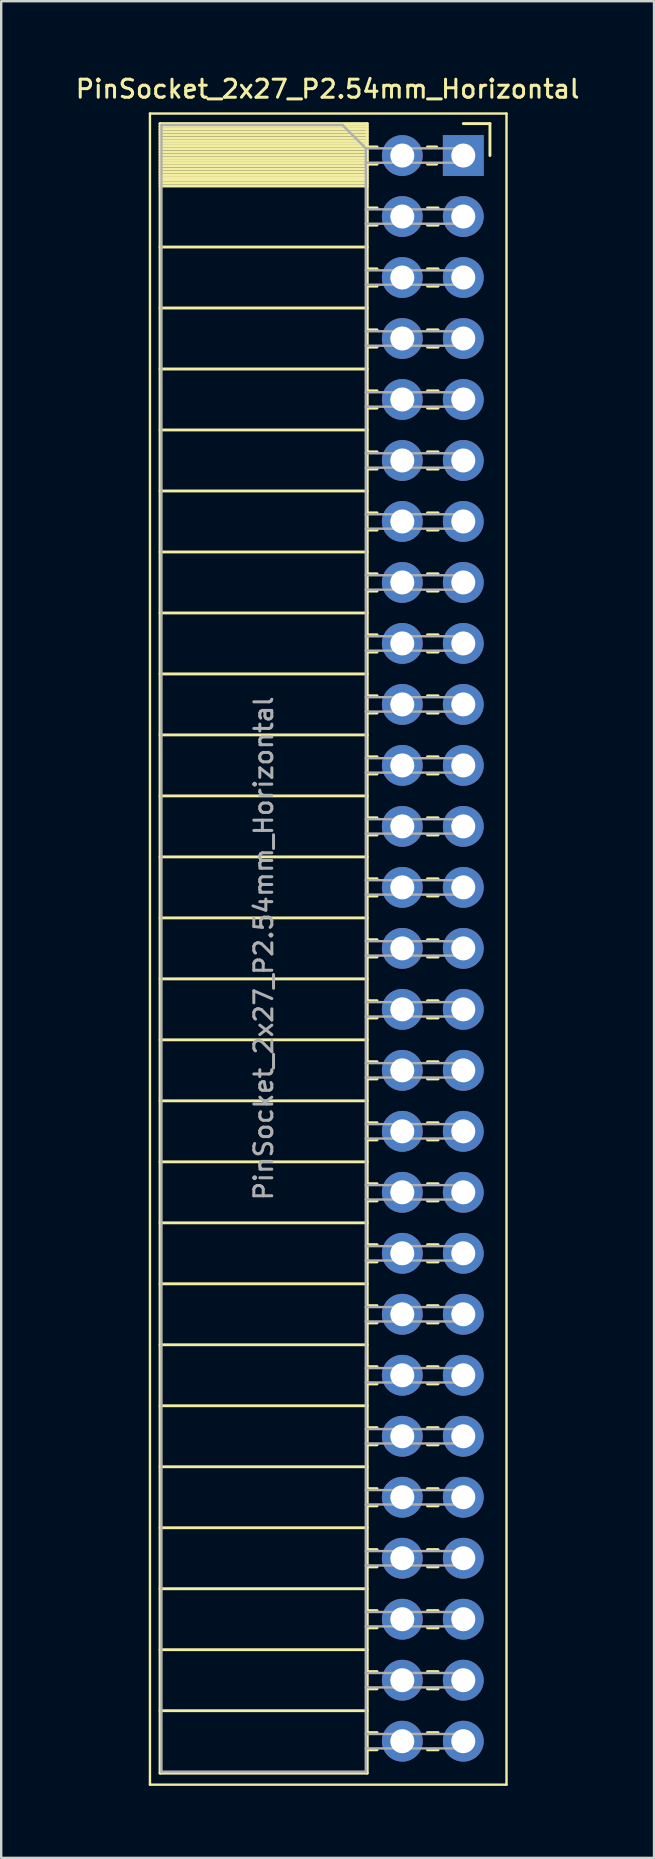
<source format=kicad_pcb>
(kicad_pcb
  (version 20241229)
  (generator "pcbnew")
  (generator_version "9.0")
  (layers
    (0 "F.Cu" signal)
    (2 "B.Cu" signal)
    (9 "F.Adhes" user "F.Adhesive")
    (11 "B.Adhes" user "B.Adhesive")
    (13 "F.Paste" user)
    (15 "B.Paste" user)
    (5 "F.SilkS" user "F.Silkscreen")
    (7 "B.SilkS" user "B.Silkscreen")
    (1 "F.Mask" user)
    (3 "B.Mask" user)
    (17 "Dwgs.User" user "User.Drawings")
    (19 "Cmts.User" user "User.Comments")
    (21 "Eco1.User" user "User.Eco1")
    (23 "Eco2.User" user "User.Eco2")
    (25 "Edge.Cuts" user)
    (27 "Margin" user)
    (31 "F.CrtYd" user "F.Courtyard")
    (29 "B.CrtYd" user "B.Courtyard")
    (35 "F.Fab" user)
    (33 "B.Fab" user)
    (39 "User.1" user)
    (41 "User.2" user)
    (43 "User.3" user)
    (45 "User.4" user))
  (footprint "PinSocket_2x27_P2.54mm_Horizontal"
    (layer "F.Cu")
    (at 16.245 3.428)
    (property "Reference" "PinSocket_2x27_P2.54mm_Horizontal" (at -5.65 -2.77 0) (layer "F.SilkS") (effects (font (size 0.75 0.75) (thickness 0.125))))
    (attr through_hole)
    (fp_line (start -13.05 -1.75) (end -13.05 67.85) (stroke (width 0.1) (type solid)) (layer "F.SilkS"))
    (fp_line (start -13.05 67.85) (end 1.8 67.85) (stroke (width 0.1) (type solid)) (layer "F.SilkS"))
    (fp_line (start -12.63 -1.33) (end -12.63 67.37) (stroke (width 0.12) (type solid)) (layer "F.SilkS"))
    (fp_line (start -12.63 -1.33) (end -4 -1.33) (stroke (width 0.12) (type solid)) (layer "F.SilkS"))
    (fp_line (start -12.63 -1.21) (end -4 -1.21) (stroke (width 0.12) (type solid)) (layer "F.SilkS"))
    (fp_line (start -12.63 -1.092) (end -4 -1.092) (stroke (width 0.12) (type solid)) (layer "F.SilkS"))
    (fp_line (start -12.63 -0.974) (end -4 -0.974) (stroke (width 0.12) (type solid)) (layer "F.SilkS"))
    (fp_line (start -12.63 -0.856) (end -4 -0.856) (stroke (width 0.12) (type solid)) (layer "F.SilkS"))
    (fp_line (start -12.63 -0.738) (end -4 -0.738) (stroke (width 0.12) (type solid)) (layer "F.SilkS"))
    (fp_line (start -12.63 -0.62) (end -4 -0.62) (stroke (width 0.12) (type solid)) (layer "F.SilkS"))
    (fp_line (start -12.63 -0.501) (end -4 -0.501) (stroke (width 0.12) (type solid)) (layer "F.SilkS"))
    (fp_line (start -12.63 -0.383) (end -4 -0.383) (stroke (width 0.12) (type solid)) (layer "F.SilkS"))
    (fp_line (start -12.63 -0.265) (end -4 -0.265) (stroke (width 0.12) (type solid)) (layer "F.SilkS"))
    (fp_line (start -12.63 -0.147) (end -4 -0.147) (stroke (width 0.12) (type solid)) (layer "F.SilkS"))
    (fp_line (start -12.63 -0.029) (end -4 -0.029) (stroke (width 0.12) (type solid)) (layer "F.SilkS"))
    (fp_line (start -12.63 0.089) (end -4 0.089) (stroke (width 0.12) (type solid)) (layer "F.SilkS"))
    (fp_line (start -12.63 0.207) (end -4 0.207) (stroke (width 0.12) (type solid)) (layer "F.SilkS"))
    (fp_line (start -12.63 0.325) (end -4 0.325) (stroke (width 0.12) (type solid)) (layer "F.SilkS"))
    (fp_line (start -12.63 0.443) (end -4 0.443) (stroke (width 0.12) (type solid)) (layer "F.SilkS"))
    (fp_line (start -12.63 0.561) (end -4 0.561) (stroke (width 0.12) (type solid)) (layer "F.SilkS"))
    (fp_line (start -12.63 0.68) (end -4 0.68) (stroke (width 0.12) (type solid)) (layer "F.SilkS"))
    (fp_line (start -12.63 0.798) (end -4 0.798) (stroke (width 0.12) (type solid)) (layer "F.SilkS"))
    (fp_line (start -12.63 0.916) (end -4 0.916) (stroke (width 0.12) (type solid)) (layer "F.SilkS"))
    (fp_line (start -12.63 1.034) (end -4 1.034) (stroke (width 0.12) (type solid)) (layer "F.SilkS"))
    (fp_line (start -12.63 1.152) (end -4 1.152) (stroke (width 0.12) (type solid)) (layer "F.SilkS"))
    (fp_line (start -12.63 1.27) (end -4 1.27) (stroke (width 0.12) (type solid)) (layer "F.SilkS"))
    (fp_line (start -12.63 3.81) (end -4 3.81) (stroke (width 0.12) (type solid)) (layer "F.SilkS"))
    (fp_line (start -12.63 6.35) (end -4 6.35) (stroke (width 0.12) (type solid)) (layer "F.SilkS"))
    (fp_line (start -12.63 8.89) (end -4 8.89) (stroke (width 0.12) (type solid)) (layer "F.SilkS"))
    (fp_line (start -12.63 11.43) (end -4 11.43) (stroke (width 0.12) (type solid)) (layer "F.SilkS"))
    (fp_line (start -12.63 13.97) (end -4 13.97) (stroke (width 0.12) (type solid)) (layer "F.SilkS"))
    (fp_line (start -12.63 16.51) (end -4 16.51) (stroke (width 0.12) (type solid)) (layer "F.SilkS"))
    (fp_line (start -12.63 19.05) (end -4 19.05) (stroke (width 0.12) (type solid)) (layer "F.SilkS"))
    (fp_line (start -12.63 21.59) (end -4 21.59) (stroke (width 0.12) (type solid)) (layer "F.SilkS"))
    (fp_line (start -12.63 24.13) (end -4 24.13) (stroke (width 0.12) (type solid)) (layer "F.SilkS"))
    (fp_line (start -12.63 26.67) (end -4 26.67) (stroke (width 0.12) (type solid)) (layer "F.SilkS"))
    (fp_line (start -12.63 29.21) (end -4 29.21) (stroke (width 0.12) (type solid)) (layer "F.SilkS"))
    (fp_line (start -12.63 31.75) (end -4 31.75) (stroke (width 0.12) (type solid)) (layer "F.SilkS"))
    (fp_line (start -12.63 34.29) (end -4 34.29) (stroke (width 0.12) (type solid)) (layer "F.SilkS"))
    (fp_line (start -12.63 36.83) (end -4 36.83) (stroke (width 0.12) (type solid)) (layer "F.SilkS"))
    (fp_line (start -12.63 39.37) (end -4 39.37) (stroke (width 0.12) (type solid)) (layer "F.SilkS"))
    (fp_line (start -12.63 41.91) (end -4 41.91) (stroke (width 0.12) (type solid)) (layer "F.SilkS"))
    (fp_line (start -12.63 44.45) (end -4 44.45) (stroke (width 0.12) (type solid)) (layer "F.SilkS"))
    (fp_line (start -12.63 46.99) (end -4 46.99) (stroke (width 0.12) (type solid)) (layer "F.SilkS"))
    (fp_line (start -12.63 49.53) (end -4 49.53) (stroke (width 0.12) (type solid)) (layer "F.SilkS"))
    (fp_line (start -12.63 52.07) (end -4 52.07) (stroke (width 0.12) (type solid)) (layer "F.SilkS"))
    (fp_line (start -12.63 54.61) (end -4 54.61) (stroke (width 0.12) (type solid)) (layer "F.SilkS"))
    (fp_line (start -12.63 57.15) (end -4 57.15) (stroke (width 0.12) (type solid)) (layer "F.SilkS"))
    (fp_line (start -12.63 59.69) (end -4 59.69) (stroke (width 0.12) (type solid)) (layer "F.SilkS"))
    (fp_line (start -12.63 62.23) (end -4 62.23) (stroke (width 0.12) (type solid)) (layer "F.SilkS"))
    (fp_line (start -12.63 64.77) (end -4 64.77) (stroke (width 0.12) (type solid)) (layer "F.SilkS"))
    (fp_line (start -12.63 67.37) (end -4 67.37) (stroke (width 0.12) (type solid)) (layer "F.SilkS"))
    (fp_line (start -4 -1.33) (end -4 67.37) (stroke (width 0.12) (type solid)) (layer "F.SilkS"))
    (fp_line (start -4 -0.36) (end -3.59 -0.36) (stroke (width 0.12) (type solid)) (layer "F.SilkS"))
    (fp_line (start -4 0.36) (end -3.59 0.36) (stroke (width 0.12) (type solid)) (layer "F.SilkS"))
    (fp_line (start -4 2.18) (end -3.59 2.18) (stroke (width 0.12) (type solid)) (layer "F.SilkS"))
    (fp_line (start -4 2.9) (end -3.59 2.9) (stroke (width 0.12) (type solid)) (layer "F.SilkS"))
    (fp_line (start -4 4.72) (end -3.59 4.72) (stroke (width 0.12) (type solid)) (layer "F.SilkS"))
    (fp_line (start -4 5.44) (end -3.59 5.44) (stroke (width 0.12) (type solid)) (layer "F.SilkS"))
    (fp_line (start -4 7.26) (end -3.59 7.26) (stroke (width 0.12) (type solid)) (layer "F.SilkS"))
    (fp_line (start -4 7.98) (end -3.59 7.98) (stroke (width 0.12) (type solid)) (layer "F.SilkS"))
    (fp_line (start -4 9.8) (end -3.59 9.8) (stroke (width 0.12) (type solid)) (layer "F.SilkS"))
    (fp_line (start -4 10.52) (end -3.59 10.52) (stroke (width 0.12) (type solid)) (layer "F.SilkS"))
    (fp_line (start -4 12.34) (end -3.59 12.34) (stroke (width 0.12) (type solid)) (layer "F.SilkS"))
    (fp_line (start -4 13.06) (end -3.59 13.06) (stroke (width 0.12) (type solid)) (layer "F.SilkS"))
    (fp_line (start -4 14.88) (end -3.59 14.88) (stroke (width 0.12) (type solid)) (layer "F.SilkS"))
    (fp_line (start -4 15.6) (end -3.59 15.6) (stroke (width 0.12) (type solid)) (layer "F.SilkS"))
    (fp_line (start -4 17.42) (end -3.59 17.42) (stroke (width 0.12) (type solid)) (layer "F.SilkS"))
    (fp_line (start -4 18.14) (end -3.59 18.14) (stroke (width 0.12) (type solid)) (layer "F.SilkS"))
    (fp_line (start -4 19.96) (end -3.59 19.96) (stroke (width 0.12) (type solid)) (layer "F.SilkS"))
    (fp_line (start -4 20.68) (end -3.59 20.68) (stroke (width 0.12) (type solid)) (layer "F.SilkS"))
    (fp_line (start -4 22.5) (end -3.59 22.5) (stroke (width 0.12) (type solid)) (layer "F.SilkS"))
    (fp_line (start -4 23.22) (end -3.59 23.22) (stroke (width 0.12) (type solid)) (layer "F.SilkS"))
    (fp_line (start -4 25.04) (end -3.59 25.04) (stroke (width 0.12) (type solid)) (layer "F.SilkS"))
    (fp_line (start -4 25.76) (end -3.59 25.76) (stroke (width 0.12) (type solid)) (layer "F.SilkS"))
    (fp_line (start -4 27.58) (end -3.59 27.58) (stroke (width 0.12) (type solid)) (layer "F.SilkS"))
    (fp_line (start -4 28.3) (end -3.59 28.3) (stroke (width 0.12) (type solid)) (layer "F.SilkS"))
    (fp_line (start -4 30.12) (end -3.59 30.12) (stroke (width 0.12) (type solid)) (layer "F.SilkS"))
    (fp_line (start -4 30.84) (end -3.59 30.84) (stroke (width 0.12) (type solid)) (layer "F.SilkS"))
    (fp_line (start -4 32.66) (end -3.59 32.66) (stroke (width 0.12) (type solid)) (layer "F.SilkS"))
    (fp_line (start -4 33.38) (end -3.59 33.38) (stroke (width 0.12) (type solid)) (layer "F.SilkS"))
    (fp_line (start -4 35.2) (end -3.59 35.2) (stroke (width 0.12) (type solid)) (layer "F.SilkS"))
    (fp_line (start -4 35.92) (end -3.59 35.92) (stroke (width 0.12) (type solid)) (layer "F.SilkS"))
    (fp_line (start -4 37.74) (end -3.59 37.74) (stroke (width 0.12) (type solid)) (layer "F.SilkS"))
    (fp_line (start -4 38.46) (end -3.59 38.46) (stroke (width 0.12) (type solid)) (layer "F.SilkS"))
    (fp_line (start -4 40.28) (end -3.59 40.28) (stroke (width 0.12) (type solid)) (layer "F.SilkS"))
    (fp_line (start -4 41) (end -3.59 41) (stroke (width 0.12) (type solid)) (layer "F.SilkS"))
    (fp_line (start -4 42.82) (end -3.59 42.82) (stroke (width 0.12) (type solid)) (layer "F.SilkS"))
    (fp_line (start -4 43.54) (end -3.59 43.54) (stroke (width 0.12) (type solid)) (layer "F.SilkS"))
    (fp_line (start -4 45.36) (end -3.59 45.36) (stroke (width 0.12) (type solid)) (layer "F.SilkS"))
    (fp_line (start -4 46.08) (end -3.59 46.08) (stroke (width 0.12) (type solid)) (layer "F.SilkS"))
    (fp_line (start -4 47.9) (end -3.59 47.9) (stroke (width 0.12) (type solid)) (layer "F.SilkS"))
    (fp_line (start -4 48.62) (end -3.59 48.62) (stroke (width 0.12) (type solid)) (layer "F.SilkS"))
    (fp_line (start -4 50.44) (end -3.59 50.44) (stroke (width 0.12) (type solid)) (layer "F.SilkS"))
    (fp_line (start -4 51.16) (end -3.59 51.16) (stroke (width 0.12) (type solid)) (layer "F.SilkS"))
    (fp_line (start -4 52.98) (end -3.59 52.98) (stroke (width 0.12) (type solid)) (layer "F.SilkS"))
    (fp_line (start -4 53.7) (end -3.59 53.7) (stroke (width 0.12) (type solid)) (layer "F.SilkS"))
    (fp_line (start -4 55.52) (end -3.59 55.52) (stroke (width 0.12) (type solid)) (layer "F.SilkS"))
    (fp_line (start -4 56.24) (end -3.59 56.24) (stroke (width 0.12) (type solid)) (layer "F.SilkS"))
    (fp_line (start -4 58.06) (end -3.59 58.06) (stroke (width 0.12) (type solid)) (layer "F.SilkS"))
    (fp_line (start -4 58.78) (end -3.59 58.78) (stroke (width 0.12) (type solid)) (layer "F.SilkS"))
    (fp_line (start -4 60.6) (end -3.59 60.6) (stroke (width 0.12) (type solid)) (layer "F.SilkS"))
    (fp_line (start -4 61.32) (end -3.59 61.32) (stroke (width 0.12) (type solid)) (layer "F.SilkS"))
    (fp_line (start -4 63.14) (end -3.59 63.14) (stroke (width 0.12) (type solid)) (layer "F.SilkS"))
    (fp_line (start -4 63.86) (end -3.59 63.86) (stroke (width 0.12) (type solid)) (layer "F.SilkS"))
    (fp_line (start -4 65.68) (end -3.59 65.68) (stroke (width 0.12) (type solid)) (layer "F.SilkS"))
    (fp_line (start -4 66.4) (end -3.59 66.4) (stroke (width 0.12) (type solid)) (layer "F.SilkS"))
    (fp_line (start -1.49 -0.36) (end -1.11 -0.36) (stroke (width 0.12) (type solid)) (layer "F.SilkS"))
    (fp_line (start -1.49 0.36) (end -1.11 0.36) (stroke (width 0.12) (type solid)) (layer "F.SilkS"))
    (fp_line (start -1.49 2.18) (end -1.05 2.18) (stroke (width 0.12) (type solid)) (layer "F.SilkS"))
    (fp_line (start -1.49 2.9) (end -1.05 2.9) (stroke (width 0.12) (type solid)) (layer "F.SilkS"))
    (fp_line (start -1.49 4.72) (end -1.05 4.72) (stroke (width 0.12) (type solid)) (layer "F.SilkS"))
    (fp_line (start -1.49 5.44) (end -1.05 5.44) (stroke (width 0.12) (type solid)) (layer "F.SilkS"))
    (fp_line (start -1.49 7.26) (end -1.05 7.26) (stroke (width 0.12) (type solid)) (layer "F.SilkS"))
    (fp_line (start -1.49 7.98) (end -1.05 7.98) (stroke (width 0.12) (type solid)) (layer "F.SilkS"))
    (fp_line (start -1.49 9.8) (end -1.05 9.8) (stroke (width 0.12) (type solid)) (layer "F.SilkS"))
    (fp_line (start -1.49 10.52) (end -1.05 10.52) (stroke (width 0.12) (type solid)) (layer "F.SilkS"))
    (fp_line (start -1.49 12.34) (end -1.05 12.34) (stroke (width 0.12) (type solid)) (layer "F.SilkS"))
    (fp_line (start -1.49 13.06) (end -1.05 13.06) (stroke (width 0.12) (type solid)) (layer "F.SilkS"))
    (fp_line (start -1.49 14.88) (end -1.05 14.88) (stroke (width 0.12) (type solid)) (layer "F.SilkS"))
    (fp_line (start -1.49 15.6) (end -1.05 15.6) (stroke (width 0.12) (type solid)) (layer "F.SilkS"))
    (fp_line (start -1.49 17.42) (end -1.05 17.42) (stroke (width 0.12) (type solid)) (layer "F.SilkS"))
    (fp_line (start -1.49 18.14) (end -1.05 18.14) (stroke (width 0.12) (type solid)) (layer "F.SilkS"))
    (fp_line (start -1.49 19.96) (end -1.05 19.96) (stroke (width 0.12) (type solid)) (layer "F.SilkS"))
    (fp_line (start -1.49 20.68) (end -1.05 20.68) (stroke (width 0.12) (type solid)) (layer "F.SilkS"))
    (fp_line (start -1.49 22.5) (end -1.05 22.5) (stroke (width 0.12) (type solid)) (layer "F.SilkS"))
    (fp_line (start -1.49 23.22) (end -1.05 23.22) (stroke (width 0.12) (type solid)) (layer "F.SilkS"))
    (fp_line (start -1.49 25.04) (end -1.05 25.04) (stroke (width 0.12) (type solid)) (layer "F.SilkS"))
    (fp_line (start -1.49 25.76) (end -1.05 25.76) (stroke (width 0.12) (type solid)) (layer "F.SilkS"))
    (fp_line (start -1.49 27.58) (end -1.05 27.58) (stroke (width 0.12) (type solid)) (layer "F.SilkS"))
    (fp_line (start -1.49 28.3) (end -1.05 28.3) (stroke (width 0.12) (type solid)) (layer "F.SilkS"))
    (fp_line (start -1.49 30.12) (end -1.05 30.12) (stroke (width 0.12) (type solid)) (layer "F.SilkS"))
    (fp_line (start -1.49 30.84) (end -1.05 30.84) (stroke (width 0.12) (type solid)) (layer "F.SilkS"))
    (fp_line (start -1.49 32.66) (end -1.05 32.66) (stroke (width 0.12) (type solid)) (layer "F.SilkS"))
    (fp_line (start -1.49 33.38) (end -1.05 33.38) (stroke (width 0.12) (type solid)) (layer "F.SilkS"))
    (fp_line (start -1.49 35.2) (end -1.05 35.2) (stroke (width 0.12) (type solid)) (layer "F.SilkS"))
    (fp_line (start -1.49 35.92) (end -1.05 35.92) (stroke (width 0.12) (type solid)) (layer "F.SilkS"))
    (fp_line (start -1.49 37.74) (end -1.05 37.74) (stroke (width 0.12) (type solid)) (layer "F.SilkS"))
    (fp_line (start -1.49 38.46) (end -1.05 38.46) (stroke (width 0.12) (type solid)) (layer "F.SilkS"))
    (fp_line (start -1.49 40.28) (end -1.05 40.28) (stroke (width 0.12) (type solid)) (layer "F.SilkS"))
    (fp_line (start -1.49 41) (end -1.05 41) (stroke (width 0.12) (type solid)) (layer "F.SilkS"))
    (fp_line (start -1.49 42.82) (end -1.05 42.82) (stroke (width 0.12) (type solid)) (layer "F.SilkS"))
    (fp_line (start -1.49 43.54) (end -1.05 43.54) (stroke (width 0.12) (type solid)) (layer "F.SilkS"))
    (fp_line (start -1.49 45.36) (end -1.05 45.36) (stroke (width 0.12) (type solid)) (layer "F.SilkS"))
    (fp_line (start -1.49 46.08) (end -1.05 46.08) (stroke (width 0.12) (type solid)) (layer "F.SilkS"))
    (fp_line (start -1.49 47.9) (end -1.05 47.9) (stroke (width 0.12) (type solid)) (layer "F.SilkS"))
    (fp_line (start -1.49 48.62) (end -1.05 48.62) (stroke (width 0.12) (type solid)) (layer "F.SilkS"))
    (fp_line (start -1.49 50.44) (end -1.05 50.44) (stroke (width 0.12) (type solid)) (layer "F.SilkS"))
    (fp_line (start -1.49 51.16) (end -1.05 51.16) (stroke (width 0.12) (type solid)) (layer "F.SilkS"))
    (fp_line (start -1.49 52.98) (end -1.05 52.98) (stroke (width 0.12) (type solid)) (layer "F.SilkS"))
    (fp_line (start -1.49 53.7) (end -1.05 53.7) (stroke (width 0.12) (type solid)) (layer "F.SilkS"))
    (fp_line (start -1.49 55.52) (end -1.05 55.52) (stroke (width 0.12) (type solid)) (layer "F.SilkS"))
    (fp_line (start -1.49 56.24) (end -1.05 56.24) (stroke (width 0.12) (type solid)) (layer "F.SilkS"))
    (fp_line (start -1.49 58.06) (end -1.05 58.06) (stroke (width 0.12) (type solid)) (layer "F.SilkS"))
    (fp_line (start -1.49 58.78) (end -1.05 58.78) (stroke (width 0.12) (type solid)) (layer "F.SilkS"))
    (fp_line (start -1.49 60.6) (end -1.05 60.6) (stroke (width 0.12) (type solid)) (layer "F.SilkS"))
    (fp_line (start -1.49 61.32) (end -1.05 61.32) (stroke (width 0.12) (type solid)) (layer "F.SilkS"))
    (fp_line (start -1.49 63.14) (end -1.05 63.14) (stroke (width 0.12) (type solid)) (layer "F.SilkS"))
    (fp_line (start -1.49 63.86) (end -1.05 63.86) (stroke (width 0.12) (type solid)) (layer "F.SilkS"))
    (fp_line (start -1.49 65.68) (end -1.05 65.68) (stroke (width 0.12) (type solid)) (layer "F.SilkS"))
    (fp_line (start -1.49 66.4) (end -1.05 66.4) (stroke (width 0.12) (type solid)) (layer "F.SilkS"))
    (fp_line (start 0 -1.33) (end 1.11 -1.33) (stroke (width 0.12) (type solid)) (layer "F.SilkS"))
    (fp_line (start 1.11 -1.33) (end 1.11 0) (stroke (width 0.12) (type solid)) (layer "F.SilkS"))
    (fp_line (start 1.8 -1.75) (end -13.05 -1.75) (stroke (width 0.1) (type solid)) (layer "F.SilkS"))
    (fp_line (start 1.8 67.85) (end 1.8 -1.75) (stroke (width 0.1) (type solid)) (layer "F.SilkS"))
    (fp_line (start -12.57 -1.27) (end -5.03 -1.27) (stroke (width 0.1) (type solid)) (layer "F.Fab"))
    (fp_line (start -12.57 67.31) (end -12.57 -1.27) (stroke (width 0.1) (type solid)) (layer "F.Fab"))
    (fp_line (start -5.03 -1.27) (end -4.06 -0.3) (stroke (width 0.1) (type solid)) (layer "F.Fab"))
    (fp_line (start -4.06 -0.3) (end -4.06 67.31) (stroke (width 0.1) (type solid)) (layer "F.Fab"))
    (fp_line (start -4.06 0.3) (end 0 0.3) (stroke (width 0.1) (type solid)) (layer "F.Fab"))
    (fp_line (start -4.06 2.84) (end 0 2.84) (stroke (width 0.1) (type solid)) (layer "F.Fab"))
    (fp_line (start -4.06 5.38) (end 0 5.38) (stroke (width 0.1) (type solid)) (layer "F.Fab"))
    (fp_line (start -4.06 7.92) (end 0 7.92) (stroke (width 0.1) (type solid)) (layer "F.Fab"))
    (fp_line (start -4.06 10.46) (end 0 10.46) (stroke (width 0.1) (type solid)) (layer "F.Fab"))
    (fp_line (start -4.06 13) (end 0 13) (stroke (width 0.1) (type solid)) (layer "F.Fab"))
    (fp_line (start -4.06 15.54) (end 0 15.54) (stroke (width 0.1) (type solid)) (layer "F.Fab"))
    (fp_line (start -4.06 18.08) (end 0 18.08) (stroke (width 0.1) (type solid)) (layer "F.Fab"))
    (fp_line (start -4.06 20.62) (end 0 20.62) (stroke (width 0.1) (type solid)) (layer "F.Fab"))
    (fp_line (start -4.06 23.16) (end 0 23.16) (stroke (width 0.1) (type solid)) (layer "F.Fab"))
    (fp_line (start -4.06 25.7) (end 0 25.7) (stroke (width 0.1) (type solid)) (layer "F.Fab"))
    (fp_line (start -4.06 28.24) (end 0 28.24) (stroke (width 0.1) (type solid)) (layer "F.Fab"))
    (fp_line (start -4.06 30.78) (end 0 30.78) (stroke (width 0.1) (type solid)) (layer "F.Fab"))
    (fp_line (start -4.06 33.32) (end 0 33.32) (stroke (width 0.1) (type solid)) (layer "F.Fab"))
    (fp_line (start -4.06 35.86) (end 0 35.86) (stroke (width 0.1) (type solid)) (layer "F.Fab"))
    (fp_line (start -4.06 38.4) (end 0 38.4) (stroke (width 0.1) (type solid)) (layer "F.Fab"))
    (fp_line (start -4.06 40.94) (end 0 40.94) (stroke (width 0.1) (type solid)) (layer "F.Fab"))
    (fp_line (start -4.06 43.48) (end 0 43.48) (stroke (width 0.1) (type solid)) (layer "F.Fab"))
    (fp_line (start -4.06 46.02) (end 0 46.02) (stroke (width 0.1) (type solid)) (layer "F.Fab"))
    (fp_line (start -4.06 48.56) (end 0 48.56) (stroke (width 0.1) (type solid)) (layer "F.Fab"))
    (fp_line (start -4.06 51.1) (end 0 51.1) (stroke (width 0.1) (type solid)) (layer "F.Fab"))
    (fp_line (start -4.06 53.64) (end 0 53.64) (stroke (width 0.1) (type solid)) (layer "F.Fab"))
    (fp_line (start -4.06 56.18) (end 0 56.18) (stroke (width 0.1) (type solid)) (layer "F.Fab"))
    (fp_line (start -4.06 58.72) (end 0 58.72) (stroke (width 0.1) (type solid)) (layer "F.Fab"))
    (fp_line (start -4.06 61.26) (end 0 61.26) (stroke (width 0.1) (type solid)) (layer "F.Fab"))
    (fp_line (start -4.06 63.8) (end 0 63.8) (stroke (width 0.1) (type solid)) (layer "F.Fab"))
    (fp_line (start -4.06 66.34) (end 0 66.34) (stroke (width 0.1) (type solid)) (layer "F.Fab"))
    (fp_line (start -4.06 67.31) (end -12.57 67.31) (stroke (width 0.1) (type solid)) (layer "F.Fab"))
    (fp_line (start 0 -0.3) (end -4.06 -0.3) (stroke (width 0.1) (type solid)) (layer "F.Fab"))
    (fp_line (start 0 0.3) (end 0 -0.3) (stroke (width 0.1) (type solid)) (layer "F.Fab"))
    (fp_line (start 0 2.24) (end -4.06 2.24) (stroke (width 0.1) (type solid)) (layer "F.Fab"))
    (fp_line (start 0 2.84) (end 0 2.24) (stroke (width 0.1) (type solid)) (layer "F.Fab"))
    (fp_line (start 0 4.78) (end -4.06 4.78) (stroke (width 0.1) (type solid)) (layer "F.Fab"))
    (fp_line (start 0 5.38) (end 0 4.78) (stroke (width 0.1) (type solid)) (layer "F.Fab"))
    (fp_line (start 0 7.32) (end -4.06 7.32) (stroke (width 0.1) (type solid)) (layer "F.Fab"))
    (fp_line (start 0 7.92) (end 0 7.32) (stroke (width 0.1) (type solid)) (layer "F.Fab"))
    (fp_line (start 0 9.86) (end -4.06 9.86) (stroke (width 0.1) (type solid)) (layer "F.Fab"))
    (fp_line (start 0 10.46) (end 0 9.86) (stroke (width 0.1) (type solid)) (layer "F.Fab"))
    (fp_line (start 0 12.4) (end -4.06 12.4) (stroke (width 0.1) (type solid)) (layer "F.Fab"))
    (fp_line (start 0 13) (end 0 12.4) (stroke (width 0.1) (type solid)) (layer "F.Fab"))
    (fp_line (start 0 14.94) (end -4.06 14.94) (stroke (width 0.1) (type solid)) (layer "F.Fab"))
    (fp_line (start 0 15.54) (end 0 14.94) (stroke (width 0.1) (type solid)) (layer "F.Fab"))
    (fp_line (start 0 17.48) (end -4.06 17.48) (stroke (width 0.1) (type solid)) (layer "F.Fab"))
    (fp_line (start 0 18.08) (end 0 17.48) (stroke (width 0.1) (type solid)) (layer "F.Fab"))
    (fp_line (start 0 20.02) (end -4.06 20.02) (stroke (width 0.1) (type solid)) (layer "F.Fab"))
    (fp_line (start 0 20.62) (end 0 20.02) (stroke (width 0.1) (type solid)) (layer "F.Fab"))
    (fp_line (start 0 22.56) (end -4.06 22.56) (stroke (width 0.1) (type solid)) (layer "F.Fab"))
    (fp_line (start 0 23.16) (end 0 22.56) (stroke (width 0.1) (type solid)) (layer "F.Fab"))
    (fp_line (start 0 25.1) (end -4.06 25.1) (stroke (width 0.1) (type solid)) (layer "F.Fab"))
    (fp_line (start 0 25.7) (end 0 25.1) (stroke (width 0.1) (type solid)) (layer "F.Fab"))
    (fp_line (start 0 27.64) (end -4.06 27.64) (stroke (width 0.1) (type solid)) (layer "F.Fab"))
    (fp_line (start 0 28.24) (end 0 27.64) (stroke (width 0.1) (type solid)) (layer "F.Fab"))
    (fp_line (start 0 30.18) (end -4.06 30.18) (stroke (width 0.1) (type solid)) (layer "F.Fab"))
    (fp_line (start 0 30.78) (end 0 30.18) (stroke (width 0.1) (type solid)) (layer "F.Fab"))
    (fp_line (start 0 32.72) (end -4.06 32.72) (stroke (width 0.1) (type solid)) (layer "F.Fab"))
    (fp_line (start 0 33.32) (end 0 32.72) (stroke (width 0.1) (type solid)) (layer "F.Fab"))
    (fp_line (start 0 35.26) (end -4.06 35.26) (stroke (width 0.1) (type solid)) (layer "F.Fab"))
    (fp_line (start 0 35.86) (end 0 35.26) (stroke (width 0.1) (type solid)) (layer "F.Fab"))
    (fp_line (start 0 37.8) (end -4.06 37.8) (stroke (width 0.1) (type solid)) (layer "F.Fab"))
    (fp_line (start 0 38.4) (end 0 37.8) (stroke (width 0.1) (type solid)) (layer "F.Fab"))
    (fp_line (start 0 40.34) (end -4.06 40.34) (stroke (width 0.1) (type solid)) (layer "F.Fab"))
    (fp_line (start 0 40.94) (end 0 40.34) (stroke (width 0.1) (type solid)) (layer "F.Fab"))
    (fp_line (start 0 42.88) (end -4.06 42.88) (stroke (width 0.1) (type solid)) (layer "F.Fab"))
    (fp_line (start 0 43.48) (end 0 42.88) (stroke (width 0.1) (type solid)) (layer "F.Fab"))
    (fp_line (start 0 45.42) (end -4.06 45.42) (stroke (width 0.1) (type solid)) (layer "F.Fab"))
    (fp_line (start 0 46.02) (end 0 45.42) (stroke (width 0.1) (type solid)) (layer "F.Fab"))
    (fp_line (start 0 47.96) (end -4.06 47.96) (stroke (width 0.1) (type solid)) (layer "F.Fab"))
    (fp_line (start 0 48.56) (end 0 47.96) (stroke (width 0.1) (type solid)) (layer "F.Fab"))
    (fp_line (start 0 50.5) (end -4.06 50.5) (stroke (width 0.1) (type solid)) (layer "F.Fab"))
    (fp_line (start 0 51.1) (end 0 50.5) (stroke (width 0.1) (type solid)) (layer "F.Fab"))
    (fp_line (start 0 53.04) (end -4.06 53.04) (stroke (width 0.1) (type solid)) (layer "F.Fab"))
    (fp_line (start 0 53.64) (end 0 53.04) (stroke (width 0.1) (type solid)) (layer "F.Fab"))
    (fp_line (start 0 55.58) (end -4.06 55.58) (stroke (width 0.1) (type solid)) (layer "F.Fab"))
    (fp_line (start 0 56.18) (end 0 55.58) (stroke (width 0.1) (type solid)) (layer "F.Fab"))
    (fp_line (start 0 58.12) (end -4.06 58.12) (stroke (width 0.1) (type solid)) (layer "F.Fab"))
    (fp_line (start 0 58.72) (end 0 58.12) (stroke (width 0.1) (type solid)) (layer "F.Fab"))
    (fp_line (start 0 60.66) (end -4.06 60.66) (stroke (width 0.1) (type solid)) (layer "F.Fab"))
    (fp_line (start 0 61.26) (end 0 60.66) (stroke (width 0.1) (type solid)) (layer "F.Fab"))
    (fp_line (start 0 63.2) (end -4.06 63.2) (stroke (width 0.1) (type solid)) (layer "F.Fab"))
    (fp_line (start 0 63.8) (end 0 63.2) (stroke (width 0.1) (type solid)) (layer "F.Fab"))
    (fp_line (start 0 65.74) (end -4.06 65.74) (stroke (width 0.1) (type solid)) (layer "F.Fab"))
    (fp_line (start 0 66.34) (end 0 65.74) (stroke (width 0.1) (type solid)) (layer "F.Fab"))
    (fp_text user "${REFERENCE}" (at -8.315 33.02 90) (layer "F.Fab") (effects (font (size 0.75 0.75) (thickness 0.125))))
    (pad "1" thru_hole rect (at 0 0) (size 1.7 1.7) (drill 1) (layers "*.Cu" "*.Mask"))
    (pad "2" thru_hole oval (at -2.54 0) (size 1.7 1.7) (drill 1) (layers "*.Cu" "*.Mask"))
    (pad "3" thru_hole oval (at 0 2.54) (size 1.7 1.7) (drill 1) (layers "*.Cu" "*.Mask"))
    (pad "4" thru_hole oval (at -2.54 2.54) (size 1.7 1.7) (drill 1) (layers "*.Cu" "*.Mask"))
    (pad "5" thru_hole oval (at 0 5.08) (size 1.7 1.7) (drill 1) (layers "*.Cu" "*.Mask"))
    (pad "6" thru_hole oval (at -2.54 5.08) (size 1.7 1.7) (drill 1) (layers "*.Cu" "*.Mask"))
    (pad "7" thru_hole oval (at 0 7.62) (size 1.7 1.7) (drill 1) (layers "*.Cu" "*.Mask"))
    (pad "8" thru_hole oval (at -2.54 7.62) (size 1.7 1.7) (drill 1) (layers "*.Cu" "*.Mask"))
    (pad "9" thru_hole oval (at 0 10.16) (size 1.7 1.7) (drill 1) (layers "*.Cu" "*.Mask"))
    (pad "10" thru_hole oval (at -2.54 10.16) (size 1.7 1.7) (drill 1) (layers "*.Cu" "*.Mask"))
    (pad "11" thru_hole oval (at 0 12.7) (size 1.7 1.7) (drill 1) (layers "*.Cu" "*.Mask"))
    (pad "12" thru_hole oval (at -2.54 12.7) (size 1.7 1.7) (drill 1) (layers "*.Cu" "*.Mask"))
    (pad "13" thru_hole oval (at 0 15.24) (size 1.7 1.7) (drill 1) (layers "*.Cu" "*.Mask"))
    (pad "14" thru_hole oval (at -2.54 15.24) (size 1.7 1.7) (drill 1) (layers "*.Cu" "*.Mask"))
    (pad "15" thru_hole oval (at 0 17.78) (size 1.7 1.7) (drill 1) (layers "*.Cu" "*.Mask"))
    (pad "16" thru_hole oval (at -2.54 17.78) (size 1.7 1.7) (drill 1) (layers "*.Cu" "*.Mask"))
    (pad "17" thru_hole oval (at 0 20.32) (size 1.7 1.7) (drill 1) (layers "*.Cu" "*.Mask"))
    (pad "18" thru_hole oval (at -2.54 20.32) (size 1.7 1.7) (drill 1) (layers "*.Cu" "*.Mask"))
    (pad "19" thru_hole oval (at 0 22.86) (size 1.7 1.7) (drill 1) (layers "*.Cu" "*.Mask"))
    (pad "20" thru_hole oval (at -2.54 22.86) (size 1.7 1.7) (drill 1) (layers "*.Cu" "*.Mask"))
    (pad "21" thru_hole oval (at 0 25.4) (size 1.7 1.7) (drill 1) (layers "*.Cu" "*.Mask"))
    (pad "22" thru_hole oval (at -2.54 25.4) (size 1.7 1.7) (drill 1) (layers "*.Cu" "*.Mask"))
    (pad "23" thru_hole oval (at 0 27.94) (size 1.7 1.7) (drill 1) (layers "*.Cu" "*.Mask"))
    (pad "24" thru_hole oval (at -2.54 27.94) (size 1.7 1.7) (drill 1) (layers "*.Cu" "*.Mask"))
    (pad "25" thru_hole oval (at 0 30.48) (size 1.7 1.7) (drill 1) (layers "*.Cu" "*.Mask"))
    (pad "26" thru_hole oval (at -2.54 30.48) (size 1.7 1.7) (drill 1) (layers "*.Cu" "*.Mask"))
    (pad "27" thru_hole oval (at 0 33.02) (size 1.7 1.7) (drill 1) (layers "*.Cu" "*.Mask"))
    (pad "28" thru_hole oval (at -2.54 33.02) (size 1.7 1.7) (drill 1) (layers "*.Cu" "*.Mask"))
    (pad "29" thru_hole oval (at 0 35.56) (size 1.7 1.7) (drill 1) (layers "*.Cu" "*.Mask"))
    (pad "30" thru_hole oval (at -2.54 35.56) (size 1.7 1.7) (drill 1) (layers "*.Cu" "*.Mask"))
    (pad "31" thru_hole oval (at 0 38.1) (size 1.7 1.7) (drill 1) (layers "*.Cu" "*.Mask"))
    (pad "32" thru_hole oval (at -2.54 38.1) (size 1.7 1.7) (drill 1) (layers "*.Cu" "*.Mask"))
    (pad "33" thru_hole oval (at 0 40.64) (size 1.7 1.7) (drill 1) (layers "*.Cu" "*.Mask"))
    (pad "34" thru_hole oval (at -2.54 40.64) (size 1.7 1.7) (drill 1) (layers "*.Cu" "*.Mask"))
    (pad "35" thru_hole oval (at 0 43.18) (size 1.7 1.7) (drill 1) (layers "*.Cu" "*.Mask"))
    (pad "36" thru_hole oval (at -2.54 43.18) (size 1.7 1.7) (drill 1) (layers "*.Cu" "*.Mask"))
    (pad "37" thru_hole oval (at 0 45.72) (size 1.7 1.7) (drill 1) (layers "*.Cu" "*.Mask"))
    (pad "38" thru_hole oval (at -2.54 45.72) (size 1.7 1.7) (drill 1) (layers "*.Cu" "*.Mask"))
    (pad "39" thru_hole oval (at 0 48.26) (size 1.7 1.7) (drill 1) (layers "*.Cu" "*.Mask"))
    (pad "40" thru_hole oval (at -2.54 48.26) (size 1.7 1.7) (drill 1) (layers "*.Cu" "*.Mask"))
    (pad "41" thru_hole oval (at 0 50.8) (size 1.7 1.7) (drill 1) (layers "*.Cu" "*.Mask"))
    (pad "42" thru_hole oval (at -2.54 50.8) (size 1.7 1.7) (drill 1) (layers "*.Cu" "*.Mask"))
    (pad "43" thru_hole oval (at 0 53.34) (size 1.7 1.7) (drill 1) (layers "*.Cu" "*.Mask"))
    (pad "44" thru_hole oval (at -2.54 53.34) (size 1.7 1.7) (drill 1) (layers "*.Cu" "*.Mask"))
    (pad "45" thru_hole oval (at 0 55.88) (size 1.7 1.7) (drill 1) (layers "*.Cu" "*.Mask"))
    (pad "46" thru_hole oval (at -2.54 55.88) (size 1.7 1.7) (drill 1) (layers "*.Cu" "*.Mask"))
    (pad "47" thru_hole oval (at 0 58.42) (size 1.7 1.7) (drill 1) (layers "*.Cu" "*.Mask"))
    (pad "48" thru_hole oval (at -2.54 58.42) (size 1.7 1.7) (drill 1) (layers "*.Cu" "*.Mask"))
    (pad "49" thru_hole oval (at 0 60.96) (size 1.7 1.7) (drill 1) (layers "*.Cu" "*.Mask"))
    (pad "50" thru_hole oval (at -2.54 60.96) (size 1.7 1.7) (drill 1) (layers "*.Cu" "*.Mask"))
    (pad "51" thru_hole oval (at 0 63.5) (size 1.7 1.7) (drill 1) (layers "*.Cu" "*.Mask"))
    (pad "52" thru_hole oval (at -2.54 63.5) (size 1.7 1.7) (drill 1) (layers "*.Cu" "*.Mask"))
    (pad "53" thru_hole oval (at 0 66.04) (size 1.7 1.7) (drill 1) (layers "*.Cu" "*.Mask"))
    (pad "54" thru_hole oval (at -2.54 66.04) (size 1.7 1.7) (drill 1) (layers "*.Cu" "*.Mask")))
  (gr_rect
    (start -3 -3)
    (end 24.189 74.328)
    (stroke (width 0.1) (type default))
    (fill no)
    (layer "Edge.Cuts")))
</source>
